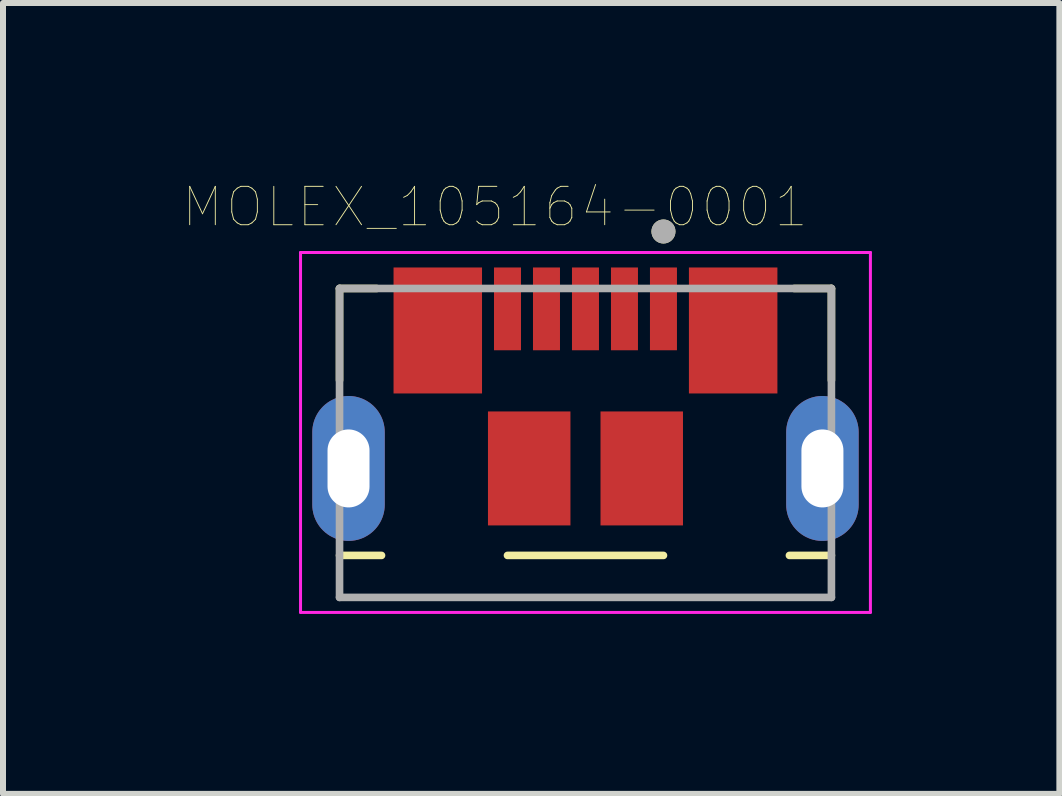
<source format=kicad_pcb>
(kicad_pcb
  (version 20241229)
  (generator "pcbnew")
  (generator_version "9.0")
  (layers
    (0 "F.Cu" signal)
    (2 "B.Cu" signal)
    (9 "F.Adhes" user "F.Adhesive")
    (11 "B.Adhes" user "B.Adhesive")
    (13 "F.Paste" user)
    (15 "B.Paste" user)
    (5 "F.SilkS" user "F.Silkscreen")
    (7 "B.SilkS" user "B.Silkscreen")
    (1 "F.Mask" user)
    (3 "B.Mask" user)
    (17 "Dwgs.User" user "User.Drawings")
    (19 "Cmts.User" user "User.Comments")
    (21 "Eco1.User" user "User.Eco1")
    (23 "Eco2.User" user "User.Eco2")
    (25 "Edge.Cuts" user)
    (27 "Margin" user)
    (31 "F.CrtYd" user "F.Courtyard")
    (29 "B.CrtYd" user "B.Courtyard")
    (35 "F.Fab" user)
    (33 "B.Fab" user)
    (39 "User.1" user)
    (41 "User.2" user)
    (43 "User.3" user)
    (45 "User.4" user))
  (footprint "MOLEX_105164-0001"
    (layer "F.Cu")
    (at 6.71 6.209)
    (property "Reference" "MOLEX_105164-0001" (at -1.508 -5.808 0) (layer "F.SilkS") (effects (font (size 0.64 0.64) (thickness 0.015))))
    (attr through_hole)
    (fp_line (start -4.1 -4.45) (end -3.48 -4.45) (stroke (width 0.127) (type solid)) (layer "F.SilkS"))
    (fp_line (start -4.1 -2.92) (end -4.1 -4.45) (stroke (width 0.127) (type solid)) (layer "F.SilkS"))
    (fp_line (start -4.1 0) (end -3.4 0) (stroke (width 0.127) (type solid)) (layer "F.SilkS"))
    (fp_line (start -1.3 0) (end 1.3 0) (stroke (width 0.127) (type solid)) (layer "F.SilkS"))
    (fp_line (start 3.4 0) (end 4.1 0) (stroke (width 0.127) (type solid)) (layer "F.SilkS"))
    (fp_line (start 4.1 -4.45) (end 3.48 -4.45) (stroke (width 0.127) (type solid)) (layer "F.SilkS"))
    (fp_line (start 4.1 -2.92) (end 4.1 -4.45) (stroke (width 0.127) (type solid)) (layer "F.SilkS"))
    (fp_circle (center 1.3 -5.4) (end 1.4 -5.4) (stroke (width 0.2) (type solid)) (fill no) (layer "F.SilkS"))
    (fp_line (start -4.9 0) (end -3.4 0) (stroke (width 0.0001) (type solid)) (layer "Edge.Cuts"))
    (fp_line (start -3.4 0) (end -2.825 -0.5) (stroke (width 0.0001) (type solid)) (layer "Edge.Cuts"))
    (fp_line (start -2.825 -1.15) (end -2.825 -0.5) (stroke (width 0.0001) (type solid)) (layer "Edge.Cuts"))
    (fp_line (start -1.925 -1.15) (end -1.925 -0.5) (stroke (width 0.0001) (type solid)) (layer "Edge.Cuts"))
    (fp_line (start -1.3 0) (end -1.925 -0.5) (stroke (width 0.0001) (type solid)) (layer "Edge.Cuts"))
    (fp_line (start 0 0) (end -1.3 0) (stroke (width 0.0001) (type solid)) (layer "Edge.Cuts"))
    (fp_line (start 0 0) (end 1.3 0) (stroke (width 0.0001) (type solid)) (layer "Edge.Cuts"))
    (fp_line (start 1.3 0) (end 1.925 -0.5) (stroke (width 0.0001) (type solid)) (layer "Edge.Cuts"))
    (fp_line (start 1.925 -1.15) (end 1.925 -0.5) (stroke (width 0.0001) (type solid)) (layer "Edge.Cuts"))
    (fp_line (start 2.825 -1.15) (end 2.825 -0.5) (stroke (width 0.0001) (type solid)) (layer "Edge.Cuts"))
    (fp_line (start 3.4 0) (end 2.825 -0.5) (stroke (width 0.0001) (type solid)) (layer "Edge.Cuts"))
    (fp_line (start 4.9 0) (end 3.4 0) (stroke (width 0.0001) (type solid)) (layer "Edge.Cuts"))
    (fp_arc (start -2.825 -1.15) (mid -2.375 -1.6) (end -1.925 -1.15) (stroke (width 0.0001) (type solid)) (layer "Edge.Cuts"))
    (fp_arc (start 1.925 -1.15) (mid 2.375 -1.6) (end 2.825 -1.15) (stroke (width 0.0001) (type solid)) (layer "Edge.Cuts"))
    (fp_line (start -4.75 -5.05) (end 4.75 -5.05) (stroke (width 0.05) (type solid)) (layer "F.CrtYd"))
    (fp_line (start -4.75 0.95) (end -4.75 -5.05) (stroke (width 0.05) (type solid)) (layer "F.CrtYd"))
    (fp_line (start 4.75 -5.05) (end 4.75 0.95) (stroke (width 0.05) (type solid)) (layer "F.CrtYd"))
    (fp_line (start 4.75 0.95) (end -4.75 0.95) (stroke (width 0.05) (type solid)) (layer "F.CrtYd"))
    (fp_line (start -4.1 -4.45) (end 4.1 -4.45) (stroke (width 0.127) (type solid)) (layer "F.Fab"))
    (fp_line (start -4.1 0.7) (end -4.1 -4.45) (stroke (width 0.127) (type solid)) (layer "F.Fab"))
    (fp_line (start 4.1 -4.45) (end 4.1 0.7) (stroke (width 0.127) (type solid)) (layer "F.Fab"))
    (fp_line (start 4.1 0.7) (end -4.1 0.7) (stroke (width 0.127) (type solid)) (layer "F.Fab"))
    (fp_circle (center 1.3 -5.4) (end 1.4 -5.4) (stroke (width 0.2) (type solid)) (fill no) (layer "F.Fab"))
    (pad "1" smd rect (at 1.3 -4.11) (size 0.45 1.38) (layers "F.Cu" "F.Mask" "F.Paste"))
    (pad "2" smd rect (at 0.65 -4.11) (size 0.45 1.38) (layers "F.Cu" "F.Mask" "F.Paste"))
    (pad "3" smd rect (at 0 -4.11) (size 0.45 1.38) (layers "F.Cu" "F.Mask" "F.Paste"))
    (pad "4" smd rect (at -0.65 -4.11) (size 0.45 1.38) (layers "F.Cu" "F.Mask" "F.Paste"))
    (pad "5" smd rect (at -1.3 -4.11) (size 0.45 1.38) (layers "F.Cu" "F.Mask" "F.Paste"))
    (pad "SH1" thru_hole oval (at -3.95 -1.45) (size 1.208 2.416) (drill oval 0.7 1.3) (layers "*.Cu" "*.Mask"))
    (pad "SH2" smd rect (at -2.462 -3.75) (size 1.475 2.1) (layers "F.Cu" "F.Mask" "F.Paste"))
    (pad "SH3" smd rect (at -0.938 -1.45) (size 1.375 1.9) (layers "F.Cu" "F.Mask" "F.Paste"))
    (pad "SH4" smd rect (at 0.938 -1.45) (size 1.375 1.9) (layers "F.Cu" "F.Mask" "F.Paste"))
    (pad "SH5" smd rect (at 2.462 -3.75) (size 1.475 2.1) (layers "F.Cu" "F.Mask" "F.Paste"))
    (pad "SH6" thru_hole oval (at 3.95 -1.45) (size 1.208 2.416) (drill oval 0.7 1.3) (layers "*.Cu" "*.Mask")))
  (gr_rect
    (start -3 -3)
    (end 14.61 10.184)
    (stroke (width 0.1) (type default))
    (fill no)
    (layer "Edge.Cuts")))
</source>
